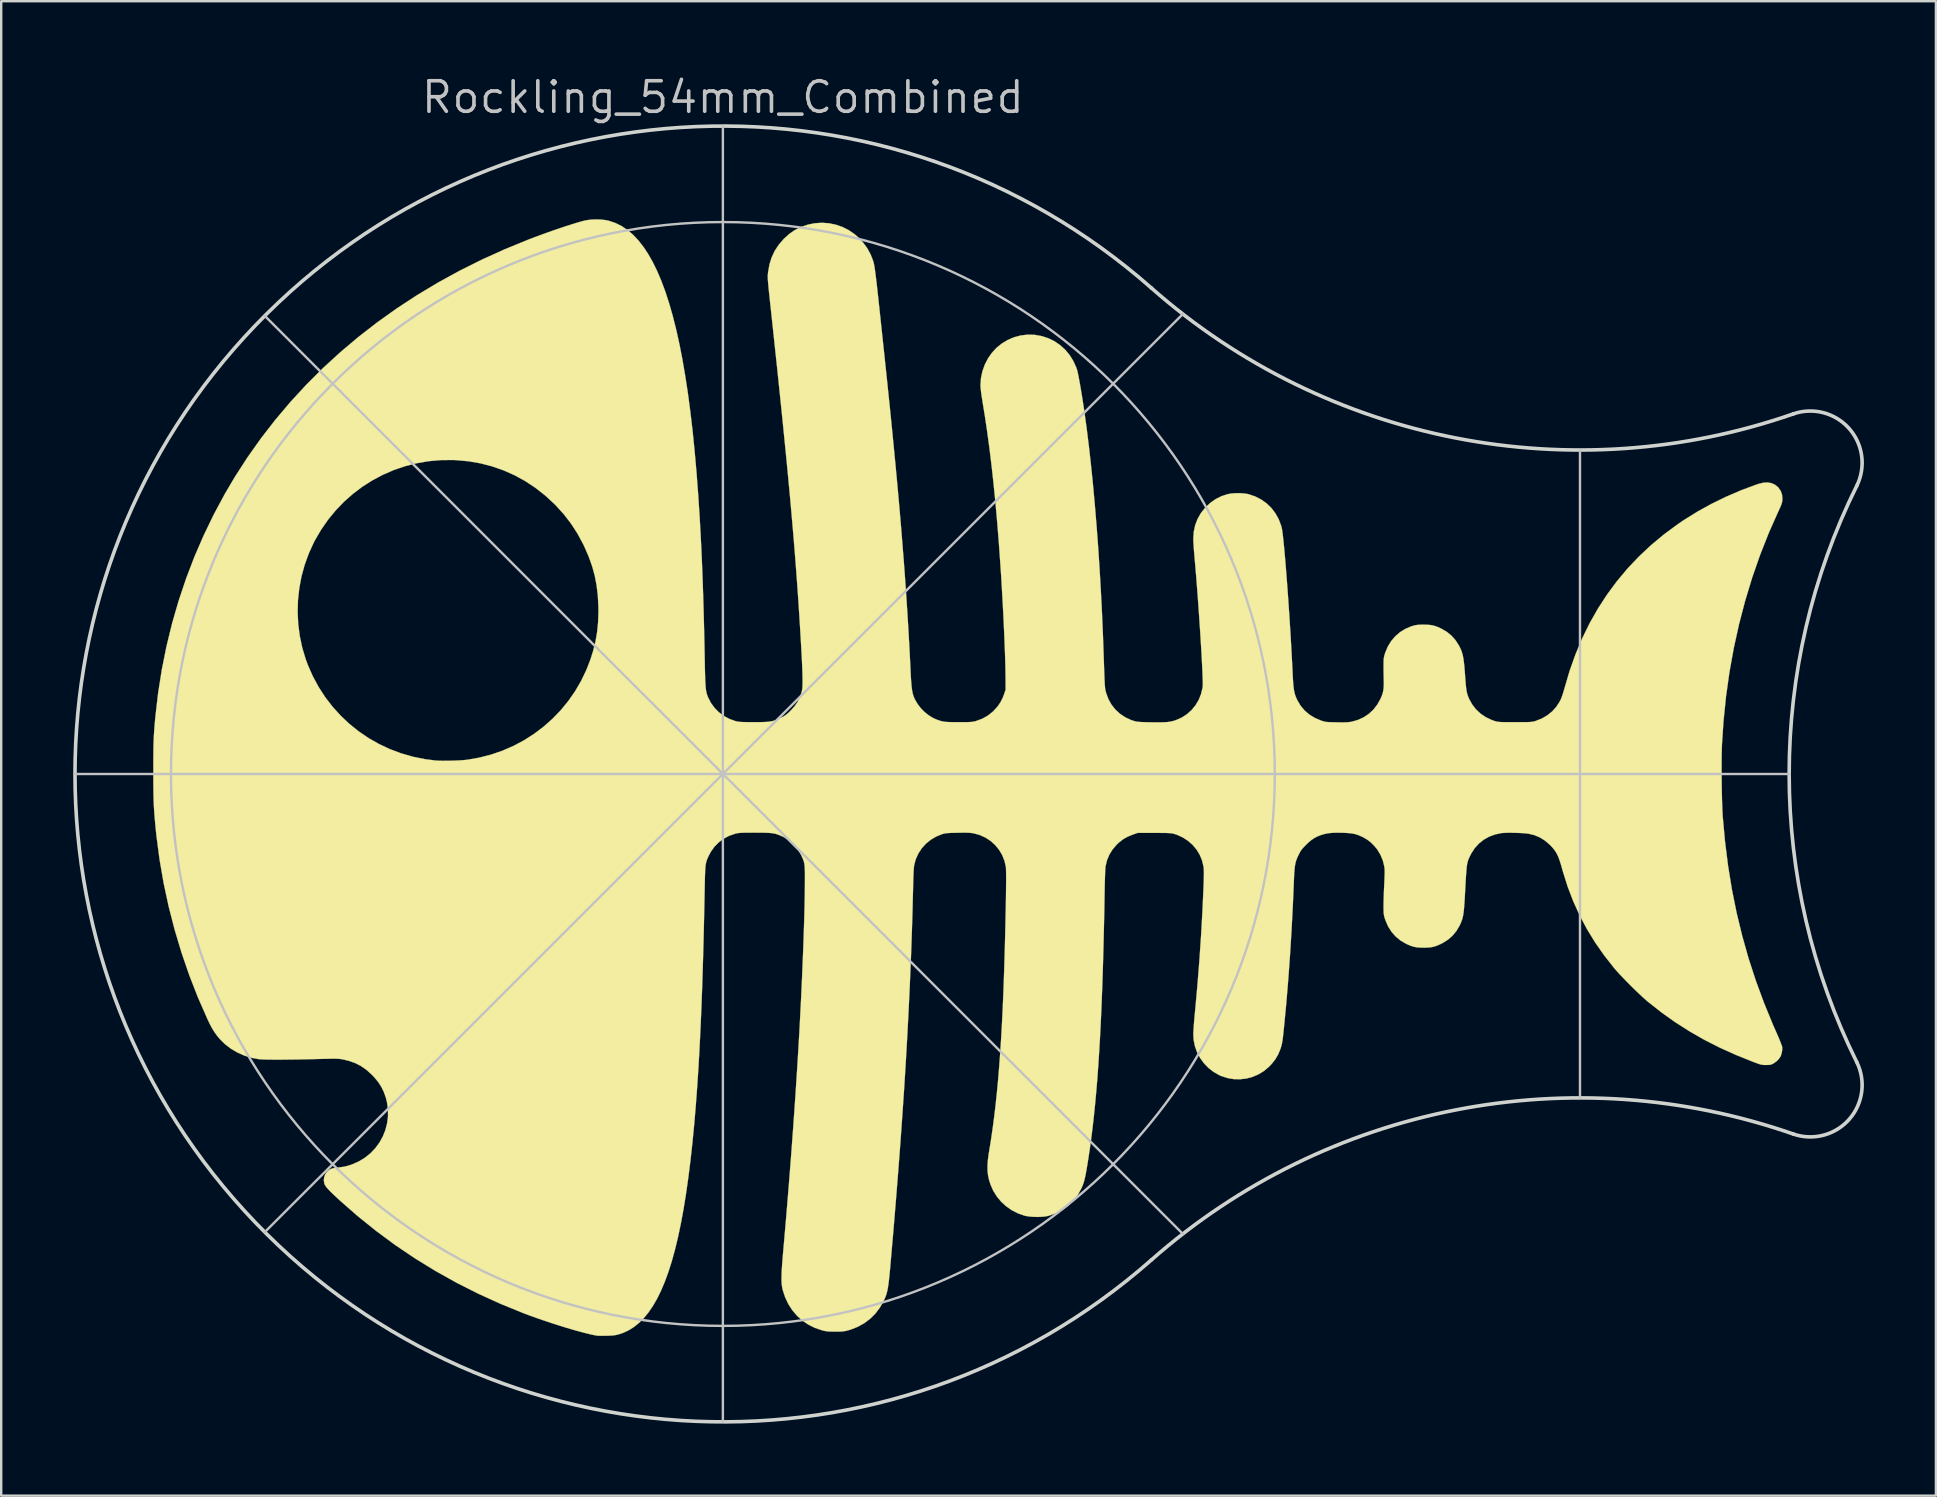
<source format=kicad_pcb>
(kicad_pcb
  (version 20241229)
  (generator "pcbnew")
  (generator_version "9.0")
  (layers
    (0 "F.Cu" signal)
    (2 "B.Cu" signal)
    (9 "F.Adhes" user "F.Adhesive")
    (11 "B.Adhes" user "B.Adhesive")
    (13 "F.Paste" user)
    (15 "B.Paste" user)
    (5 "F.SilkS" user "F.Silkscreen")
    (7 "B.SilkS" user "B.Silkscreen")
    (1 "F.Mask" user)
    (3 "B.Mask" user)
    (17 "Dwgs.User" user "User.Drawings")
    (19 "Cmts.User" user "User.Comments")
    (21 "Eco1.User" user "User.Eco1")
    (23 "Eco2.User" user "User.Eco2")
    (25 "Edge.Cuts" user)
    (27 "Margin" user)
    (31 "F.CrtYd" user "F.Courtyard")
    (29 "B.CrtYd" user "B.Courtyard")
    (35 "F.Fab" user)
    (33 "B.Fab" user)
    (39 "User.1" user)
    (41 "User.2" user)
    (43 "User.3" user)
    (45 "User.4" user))
  (footprint "Rockling_54mm_Combined"
    (layer "F.Cu")
    (at 27.073 29.206)
    (property "Reference" "Rockling_54mm_Combined" (at 0 -28.2 0) (layer "Dwgs.User") (effects (font (size 1.27 1.27) (thickness 0.15))))
    (attr through_hole)
    (fp_poly (pts (xy -5.08 -23.106) (xy -4.882 -23.083) (xy -4.757 -23.057) (xy -4.483 -22.966) (xy -4.223 -22.838) (xy -3.974 -22.673) (xy -3.736 -22.469) (xy -3.509 -22.226) (xy -3.29 -21.942) (xy -3.11 -21.669) (xy -2.918 -21.331) (xy -2.735 -20.956) (xy -2.56 -20.544) (xy -2.393 -20.094) (xy -2.235 -19.606) (xy -2.085 -19.081) (xy -1.943 -18.517) (xy -1.809 -17.914) (xy -1.684 -17.273) (xy -1.567 -16.592) (xy -1.457 -15.872) (xy -1.356 -15.112) (xy -1.262 -14.312) (xy -1.177 -13.471) (xy -1.099 -12.59) (xy -1.029 -11.667) (xy -0.966 -10.703) (xy -0.959 -10.575) (xy -0.926 -9.99) (xy -0.896 -9.391) (xy -0.869 -8.777) (xy -0.844 -8.141) (xy -0.821 -7.481) (xy -0.801 -6.793) (xy -0.782 -6.073) (xy -0.765 -5.317) (xy -0.756 -4.828) (xy -0.751 -4.553) (xy -0.746 -4.317) (xy -0.74 -4.115) (xy -0.735 -3.944) (xy -0.728 -3.801) (xy -0.721 -3.682) (xy -0.712 -3.582) (xy -0.702 -3.498) (xy -0.689 -3.427) (xy -0.675 -3.364) (xy -0.657 -3.307) (xy -0.637 -3.25) (xy -0.619 -3.203) (xy -0.502 -2.972) (xy -0.351 -2.762) (xy -0.17 -2.578) (xy 0.039 -2.422) (xy 0.272 -2.297) (xy 0.525 -2.206) (xy 0.545 -2.201) (xy 0.595 -2.189) (xy 0.649 -2.18) (xy 0.713 -2.173) (xy 0.792 -2.168) (xy 0.892 -2.165) (xy 1.019 -2.163) (xy 1.18 -2.162) (xy 1.286 -2.161) (xy 1.494 -2.162) (xy 1.666 -2.165) (xy 1.809 -2.171) (xy 1.928 -2.182) (xy 2.031 -2.198) (xy 2.124 -2.22) (xy 2.213 -2.25) (xy 2.304 -2.288) (xy 2.405 -2.336) (xy 2.425 -2.346) (xy 2.527 -2.399) (xy 2.608 -2.449) (xy 2.681 -2.504) (xy 2.759 -2.575) (xy 2.831 -2.646) (xy 2.993 -2.827) (xy 3.119 -3.008) (xy 3.213 -3.2) (xy 3.282 -3.41) (xy 3.3 -3.491) (xy 3.31 -3.546) (xy 3.317 -3.617) (xy 3.321 -3.707) (xy 3.323 -3.816) (xy 3.323 -3.946) (xy 3.32 -4.101) (xy 3.315 -4.281) (xy 3.307 -4.489) (xy 3.296 -4.727) (xy 3.282 -4.997) (xy 3.266 -5.3) (xy 3.246 -5.639) (xy 3.224 -6.016) (xy 3.198 -6.432) (xy 3.19 -6.564) (xy 3.16 -7.027) (xy 3.129 -7.492) (xy 3.095 -7.962) (xy 3.06 -8.438) (xy 3.023 -8.923) (xy 2.984 -9.418) (xy 2.942 -9.925) (xy 2.897 -10.447) (xy 2.85 -10.986) (xy 2.8 -11.543) (xy 2.746 -12.121) (xy 2.689 -12.721) (xy 2.628 -13.346) (xy 2.563 -13.997) (xy 2.495 -14.677) (xy 2.422 -15.388) (xy 2.345 -16.131) (xy 2.264 -16.909) (xy 2.177 -17.724) (xy 2.086 -18.578) (xy 2.027 -19.126) (xy 1.996 -19.418) (xy 1.968 -19.671) (xy 1.945 -19.889) (xy 1.925 -20.074) (xy 1.909 -20.23) (xy 1.897 -20.36) (xy 1.887 -20.468) (xy 1.88 -20.556) (xy 1.875 -20.627) (xy 1.873 -20.686) (xy 1.872 -20.735) (xy 1.873 -20.778) (xy 1.876 -20.817) (xy 1.88 -20.857) (xy 1.885 -20.899) (xy 1.888 -20.925) (xy 1.943 -21.239) (xy 2.035 -21.53) (xy 2.162 -21.801) (xy 2.328 -22.054) (xy 2.531 -22.291) (xy 2.564 -22.323) (xy 2.766 -22.505) (xy 2.973 -22.651) (xy 3.196 -22.77) (xy 3.259 -22.797) (xy 3.544 -22.895) (xy 3.836 -22.953) (xy 4.129 -22.972) (xy 4.421 -22.952) (xy 4.707 -22.893) (xy 4.983 -22.798) (xy 5.246 -22.665) (xy 5.49 -22.497) (xy 5.623 -22.382) (xy 5.836 -22.16) (xy 6.011 -21.924) (xy 6.15 -21.671) (xy 6.227 -21.484) (xy 6.24 -21.448) (xy 6.252 -21.415) (xy 6.263 -21.382) (xy 6.274 -21.348) (xy 6.284 -21.311) (xy 6.294 -21.268) (xy 6.304 -21.219) (xy 6.315 -21.161) (xy 6.326 -21.091) (xy 6.339 -21.009) (xy 6.352 -20.913) (xy 6.367 -20.799) (xy 6.383 -20.667) (xy 6.401 -20.515) (xy 6.421 -20.34) (xy 6.443 -20.141) (xy 6.468 -19.916) (xy 6.495 -19.662) (xy 6.526 -19.378) (xy 6.56 -19.063) (xy 6.597 -18.713) (xy 6.638 -18.328) (xy 6.683 -17.905) (xy 6.733 -17.442) (xy 6.746 -17.316) (xy 6.851 -16.318) (xy 6.951 -15.358) (xy 7.044 -14.435) (xy 7.131 -13.546) (xy 7.213 -12.689) (xy 7.29 -11.861) (xy 7.361 -11.059) (xy 7.428 -10.281) (xy 7.489 -9.524) (xy 7.547 -8.785) (xy 7.6 -8.063) (xy 7.649 -7.355) (xy 7.694 -6.657) (xy 7.736 -5.967) (xy 7.774 -5.284) (xy 7.809 -4.603) (xy 7.826 -4.245) (xy 7.838 -4.011) (xy 7.851 -3.814) (xy 7.866 -3.648) (xy 7.884 -3.507) (xy 7.906 -3.388) (xy 7.934 -3.283) (xy 7.969 -3.187) (xy 8.012 -3.096) (xy 8.065 -3.003) (xy 8.12 -2.914) (xy 8.247 -2.747) (xy 8.4 -2.591) (xy 8.571 -2.453) (xy 8.75 -2.341) (xy 8.891 -2.277) (xy 8.983 -2.243) (xy 9.062 -2.217) (xy 9.137 -2.197) (xy 9.214 -2.182) (xy 9.3 -2.172) (xy 9.401 -2.166) (xy 9.526 -2.163) (xy 9.68 -2.161) (xy 9.827 -2.161) (xy 9.998 -2.161) (xy 10.134 -2.162) (xy 10.239 -2.164) (xy 10.322 -2.168) (xy 10.387 -2.174) (xy 10.442 -2.182) (xy 10.493 -2.193) (xy 10.545 -2.207) (xy 10.555 -2.21) (xy 10.806 -2.302) (xy 11.031 -2.426) (xy 11.234 -2.584) (xy 11.289 -2.637) (xy 11.444 -2.808) (xy 11.566 -2.983) (xy 11.663 -3.175) (xy 11.718 -3.319) (xy 11.785 -3.516) (xy 11.781 -4.066) (xy 11.778 -4.291) (xy 11.772 -4.554) (xy 11.764 -4.85) (xy 11.753 -5.175) (xy 11.739 -5.525) (xy 11.724 -5.895) (xy 11.706 -6.281) (xy 11.687 -6.677) (xy 11.666 -7.081) (xy 11.643 -7.487) (xy 11.62 -7.891) (xy 11.596 -8.289) (xy 11.572 -8.649) (xy 11.508 -9.559) (xy 11.439 -10.43) (xy 11.365 -11.263) (xy 11.286 -12.061) (xy 11.202 -12.826) (xy 11.112 -13.561) (xy 11.017 -14.267) (xy 10.915 -14.947) (xy 10.831 -15.462) (xy 10.794 -15.693) (xy 10.766 -15.888) (xy 10.747 -16.047) (xy 10.738 -16.166) (xy 10.737 -16.205) (xy 10.758 -16.501) (xy 10.819 -16.791) (xy 10.92 -17.069) (xy 11.057 -17.332) (xy 11.211 -17.55) (xy 11.406 -17.762) (xy 11.628 -17.942) (xy 11.87 -18.088) (xy 12.129 -18.199) (xy 12.402 -18.273) (xy 12.683 -18.309) (xy 12.969 -18.304) (xy 13.009 -18.3) (xy 13.298 -18.248) (xy 13.572 -18.157) (xy 13.826 -18.031) (xy 14.06 -17.871) (xy 14.27 -17.68) (xy 14.453 -17.459) (xy 14.607 -17.211) (xy 14.73 -16.938) (xy 14.758 -16.858) (xy 14.776 -16.792) (xy 14.799 -16.688) (xy 14.827 -16.552) (xy 14.857 -16.388) (xy 14.891 -16.2) (xy 14.926 -15.993) (xy 14.963 -15.772) (xy 14.999 -15.542) (xy 15.036 -15.306) (xy 15.064 -15.115) (xy 15.161 -14.412) (xy 15.253 -13.67) (xy 15.34 -12.892) (xy 15.423 -12.082) (xy 15.5 -11.241) (xy 15.572 -10.374) (xy 15.639 -9.483) (xy 15.699 -8.571) (xy 15.753 -7.642) (xy 15.801 -6.698) (xy 15.842 -5.743) (xy 15.868 -4.997) (xy 15.878 -4.718) (xy 15.886 -4.477) (xy 15.893 -4.272) (xy 15.899 -4.099) (xy 15.905 -3.955) (xy 15.911 -3.836) (xy 15.916 -3.739) (xy 15.922 -3.66) (xy 15.928 -3.596) (xy 15.935 -3.544) (xy 15.942 -3.5) (xy 15.951 -3.461) (xy 15.96 -3.423) (xy 15.972 -3.383) (xy 15.977 -3.366) (xy 16.07 -3.116) (xy 16.199 -2.888) (xy 16.36 -2.685) (xy 16.55 -2.51) (xy 16.768 -2.365) (xy 17.01 -2.252) (xy 17.13 -2.212) (xy 17.181 -2.197) (xy 17.233 -2.186) (xy 17.29 -2.177) (xy 17.359 -2.171) (xy 17.446 -2.166) (xy 17.558 -2.162) (xy 17.7 -2.158) (xy 17.859 -2.156) (xy 18.071 -2.153) (xy 18.246 -2.154) (xy 18.391 -2.158) (xy 18.513 -2.165) (xy 18.618 -2.178) (xy 18.711 -2.195) (xy 18.8 -2.219) (xy 18.889 -2.248) (xy 18.897 -2.251) (xy 19.133 -2.357) (xy 19.347 -2.498) (xy 19.537 -2.669) (xy 19.699 -2.867) (xy 19.83 -3.087) (xy 19.927 -3.327) (xy 19.988 -3.582) (xy 19.998 -3.653) (xy 20.001 -3.715) (xy 20.001 -3.816) (xy 19.998 -3.954) (xy 19.992 -4.124) (xy 19.983 -4.325) (xy 19.972 -4.552) (xy 19.959 -4.804) (xy 19.944 -5.077) (xy 19.927 -5.367) (xy 19.908 -5.673) (xy 19.888 -5.991) (xy 19.866 -6.317) (xy 19.844 -6.65) (xy 19.82 -6.985) (xy 19.796 -7.321) (xy 19.771 -7.653) (xy 19.746 -7.979) (xy 19.721 -8.295) (xy 19.695 -8.6) (xy 19.67 -8.889) (xy 19.658 -9.027) (xy 19.644 -9.193) (xy 19.631 -9.356) (xy 19.62 -9.509) (xy 19.612 -9.643) (xy 19.607 -9.75) (xy 19.606 -9.814) (xy 19.626 -10.101) (xy 19.685 -10.373) (xy 19.784 -10.63) (xy 19.92 -10.87) (xy 20.095 -11.091) (xy 20.112 -11.109) (xy 20.318 -11.303) (xy 20.539 -11.458) (xy 20.779 -11.578) (xy 21.02 -11.658) (xy 21.166 -11.687) (xy 21.337 -11.702) (xy 21.52 -11.705) (xy 21.699 -11.695) (xy 21.86 -11.672) (xy 21.923 -11.657) (xy 22.195 -11.563) (xy 22.443 -11.435) (xy 22.667 -11.274) (xy 22.863 -11.083) (xy 23.029 -10.864) (xy 23.164 -10.62) (xy 23.265 -10.353) (xy 23.29 -10.261) (xy 23.305 -10.185) (xy 23.322 -10.068) (xy 23.341 -9.915) (xy 23.361 -9.728) (xy 23.383 -9.51) (xy 23.406 -9.263) (xy 23.43 -8.99) (xy 23.455 -8.694) (xy 23.48 -8.378) (xy 23.506 -8.044) (xy 23.532 -7.696) (xy 23.558 -7.335) (xy 23.583 -6.965) (xy 23.609 -6.588) (xy 23.633 -6.208) (xy 23.657 -5.826) (xy 23.679 -5.446) (xy 23.7 -5.071) (xy 23.72 -4.702) (xy 23.738 -4.344) (xy 23.743 -4.235) (xy 23.754 -4.015) (xy 23.766 -3.832) (xy 23.778 -3.679) (xy 23.793 -3.552) (xy 23.811 -3.444) (xy 23.833 -3.35) (xy 23.86 -3.264) (xy 23.893 -3.18) (xy 23.933 -3.093) (xy 23.943 -3.071) (xy 24.077 -2.846) (xy 24.243 -2.649) (xy 24.439 -2.48) (xy 24.665 -2.341) (xy 24.919 -2.232) (xy 24.925 -2.23) (xy 24.99 -2.208) (xy 25.046 -2.191) (xy 25.099 -2.179) (xy 25.158 -2.17) (xy 25.23 -2.164) (xy 25.323 -2.16) (xy 25.444 -2.157) (xy 25.579 -2.155) (xy 25.747 -2.152) (xy 25.88 -2.152) (xy 25.986 -2.155) (xy 26.073 -2.161) (xy 26.148 -2.17) (xy 26.213 -2.182) (xy 26.47 -2.255) (xy 26.707 -2.364) (xy 26.922 -2.508) (xy 27.111 -2.684) (xy 27.272 -2.892) (xy 27.404 -3.128) (xy 27.406 -3.131) (xy 27.462 -3.261) (xy 27.501 -3.378) (xy 27.527 -3.495) (xy 27.541 -3.623) (xy 27.545 -3.773) (xy 27.543 -3.897) (xy 27.54 -4.046) (xy 27.537 -4.217) (xy 27.535 -4.387) (xy 27.535 -4.532) (xy 27.536 -4.658) (xy 27.539 -4.753) (xy 27.545 -4.827) (xy 27.556 -4.892) (xy 27.573 -4.959) (xy 27.598 -5.037) (xy 27.602 -5.051) (xy 27.707 -5.303) (xy 27.845 -5.531) (xy 28.014 -5.732) (xy 28.21 -5.904) (xy 28.433 -6.044) (xy 28.678 -6.15) (xy 28.765 -6.177) (xy 28.85 -6.199) (xy 28.933 -6.213) (xy 29.027 -6.221) (xy 29.145 -6.224) (xy 29.205 -6.224) (xy 29.374 -6.22) (xy 29.516 -6.206) (xy 29.643 -6.179) (xy 29.771 -6.136) (xy 29.912 -6.073) (xy 29.946 -6.057) (xy 30.171 -5.925) (xy 30.367 -5.765) (xy 30.535 -5.575) (xy 30.678 -5.351) (xy 30.712 -5.286) (xy 30.755 -5.195) (xy 30.791 -5.102) (xy 30.821 -5.003) (xy 30.847 -4.892) (xy 30.869 -4.763) (xy 30.888 -4.61) (xy 30.906 -4.428) (xy 30.923 -4.212) (xy 30.93 -4.119) (xy 30.945 -3.914) (xy 30.959 -3.746) (xy 30.973 -3.607) (xy 30.989 -3.494) (xy 31.007 -3.398) (xy 31.029 -3.315) (xy 31.055 -3.238) (xy 31.086 -3.161) (xy 31.099 -3.132) (xy 31.227 -2.9) (xy 31.387 -2.694) (xy 31.578 -2.516) (xy 31.797 -2.368) (xy 32.041 -2.252) (xy 32.158 -2.211) (xy 32.203 -2.197) (xy 32.245 -2.186) (xy 32.29 -2.178) (xy 32.342 -2.172) (xy 32.407 -2.167) (xy 32.491 -2.164) (xy 32.599 -2.162) (xy 32.735 -2.161) (xy 32.906 -2.161) (xy 33.015 -2.161) (xy 33.206 -2.161) (xy 33.36 -2.162) (xy 33.483 -2.163) (xy 33.579 -2.165) (xy 33.654 -2.169) (xy 33.713 -2.174) (xy 33.761 -2.181) (xy 33.804 -2.191) (xy 33.847 -2.203) (xy 33.872 -2.211) (xy 34.125 -2.31) (xy 34.354 -2.443) (xy 34.557 -2.605) (xy 34.73 -2.796) (xy 34.871 -3.012) (xy 34.919 -3.107) (xy 34.952 -3.188) (xy 34.991 -3.297) (xy 35.031 -3.422) (xy 35.068 -3.55) (xy 35.079 -3.588) (xy 35.288 -4.299) (xy 35.532 -4.984) (xy 35.809 -5.644) (xy 36.12 -6.279) (xy 36.465 -6.888) (xy 36.843 -7.471) (xy 37.255 -8.029) (xy 37.699 -8.56) (xy 38.177 -9.065) (xy 38.688 -9.543) (xy 39.232 -9.995) (xy 39.808 -10.42) (xy 40.055 -10.587) (xy 40.606 -10.93) (xy 41.188 -11.252) (xy 41.793 -11.548) (xy 42.412 -11.815) (xy 43.037 -12.049) (xy 43.164 -12.092) (xy 43.358 -12.14) (xy 43.537 -12.15) (xy 43.7 -12.122) (xy 43.845 -12.057) (xy 43.971 -11.956) (xy 43.991 -11.933) (xy 44.084 -11.799) (xy 44.139 -11.651) (xy 44.155 -11.485) (xy 44.154 -11.443) (xy 44.149 -11.38) (xy 44.14 -11.324) (xy 44.125 -11.267) (xy 44.1 -11.198) (xy 44.063 -11.112) (xy 44.011 -10.998) (xy 43.991 -10.956) (xy 43.591 -10.056) (xy 43.227 -9.133) (xy 42.898 -8.19) (xy 42.606 -7.229) (xy 42.35 -6.251) (xy 42.131 -5.257) (xy 41.949 -4.25) (xy 41.806 -3.231) (xy 41.701 -2.203) (xy 41.638 -1.251) (xy 41.632 -1.074) (xy 41.627 -0.863) (xy 41.624 -0.625) (xy 41.622 -0.367) (xy 41.622 -0.094) (xy 41.624 0.187) (xy 41.627 0.468) (xy 41.632 0.745) (xy 41.637 1.01) (xy 41.645 1.256) (xy 41.653 1.479) (xy 41.662 1.669) (xy 41.67 1.786) (xy 41.765 2.821) (xy 41.892 3.831) (xy 42.053 4.82) (xy 42.249 5.789) (xy 42.48 6.743) (xy 42.746 7.684) (xy 43.049 8.615) (xy 43.389 9.538) (xy 43.767 10.458) (xy 43.91 10.782) (xy 43.972 10.923) (xy 44.028 11.055) (xy 44.076 11.174) (xy 44.114 11.272) (xy 44.138 11.343) (xy 44.147 11.376) (xy 44.149 11.484) (xy 44.131 11.607) (xy 44.097 11.725) (xy 44.074 11.777) (xy 44.008 11.874) (xy 43.914 11.968) (xy 43.805 12.048) (xy 43.767 12.07) (xy 43.709 12.098) (xy 43.654 12.115) (xy 43.589 12.123) (xy 43.499 12.125) (xy 43.471 12.125) (xy 43.402 12.125) (xy 43.344 12.121) (xy 43.289 12.113) (xy 43.227 12.098) (xy 43.152 12.074) (xy 43.055 12.039) (xy 42.928 11.991) (xy 42.91 11.984) (xy 42.204 11.7) (xy 41.532 11.396) (xy 40.891 11.07) (xy 40.279 10.719) (xy 39.69 10.343) (xy 39.122 9.939) (xy 38.571 9.505) (xy 38.539 9.479) (xy 38.422 9.378) (xy 38.284 9.252) (xy 38.13 9.107) (xy 37.967 8.95) (xy 37.801 8.786) (xy 37.638 8.621) (xy 37.484 8.461) (xy 37.344 8.313) (xy 37.226 8.182) (xy 37.15 8.094) (xy 36.729 7.558) (xy 36.349 7.014) (xy 36.008 6.457) (xy 35.705 5.886) (xy 35.438 5.299) (xy 35.206 4.692) (xy 35.008 4.063) (xy 34.981 3.967) (xy 34.923 3.763) (xy 34.869 3.595) (xy 34.817 3.454) (xy 34.761 3.335) (xy 34.7 3.229) (xy 34.63 3.132) (xy 34.546 3.034) (xy 34.475 2.96) (xy 34.274 2.784) (xy 34.055 2.646) (xy 33.82 2.546) (xy 33.569 2.486) (xy 33.468 2.474) (xy 33.337 2.464) (xy 33.187 2.456) (xy 33.026 2.451) (xy 32.865 2.448) (xy 32.713 2.448) (xy 32.581 2.452) (xy 32.478 2.458) (xy 32.451 2.461) (xy 32.184 2.517) (xy 31.936 2.609) (xy 31.711 2.735) (xy 31.511 2.895) (xy 31.337 3.085) (xy 31.193 3.305) (xy 31.152 3.385) (xy 31.122 3.447) (xy 31.096 3.501) (xy 31.073 3.553) (xy 31.054 3.604) (xy 31.038 3.659) (xy 31.023 3.722) (xy 31.011 3.795) (xy 30.999 3.882) (xy 30.989 3.988) (xy 30.979 4.115) (xy 30.968 4.267) (xy 30.957 4.447) (xy 30.945 4.66) (xy 30.932 4.909) (xy 30.919 5.141) (xy 30.906 5.364) (xy 30.892 5.549) (xy 30.877 5.704) (xy 30.86 5.835) (xy 30.839 5.947) (xy 30.813 6.047) (xy 30.781 6.14) (xy 30.743 6.232) (xy 30.708 6.306) (xy 30.575 6.534) (xy 30.414 6.732) (xy 30.223 6.9) (xy 30 7.041) (xy 29.946 7.069) (xy 29.8 7.136) (xy 29.671 7.183) (xy 29.545 7.214) (xy 29.407 7.23) (xy 29.245 7.236) (xy 29.205 7.236) (xy 29.035 7.232) (xy 28.894 7.218) (xy 28.766 7.191) (xy 28.639 7.148) (xy 28.498 7.085) (xy 28.464 7.069) (xy 28.234 6.933) (xy 28.033 6.766) (xy 27.862 6.569) (xy 27.721 6.344) (xy 27.612 6.092) (xy 27.602 6.062) (xy 27.577 5.984) (xy 27.559 5.918) (xy 27.547 5.856) (xy 27.54 5.786) (xy 27.536 5.699) (xy 27.534 5.585) (xy 27.534 5.522) (xy 27.535 5.405) (xy 27.538 5.256) (xy 27.543 5.085) (xy 27.549 4.904) (xy 27.557 4.722) (xy 27.563 4.6) (xy 27.572 4.413) (xy 27.578 4.262) (xy 27.581 4.142) (xy 27.582 4.046) (xy 27.579 3.969) (xy 27.573 3.905) (xy 27.567 3.86) (xy 27.503 3.599) (xy 27.401 3.356) (xy 27.263 3.132) (xy 27.137 2.982) (xy 27.007 2.853) (xy 26.877 2.75) (xy 26.731 2.661) (xy 26.664 2.626) (xy 26.544 2.57) (xy 26.433 2.527) (xy 26.32 2.496) (xy 26.196 2.474) (xy 26.052 2.459) (xy 25.879 2.45) (xy 25.814 2.448) (xy 25.604 2.445) (xy 25.428 2.449) (xy 25.277 2.462) (xy 25.142 2.483) (xy 25.015 2.515) (xy 24.917 2.546) (xy 24.77 2.605) (xy 24.641 2.673) (xy 24.518 2.758) (xy 24.391 2.866) (xy 24.303 2.951) (xy 24.212 3.043) (xy 24.145 3.119) (xy 24.092 3.189) (xy 24.047 3.264) (xy 24.001 3.353) (xy 23.952 3.456) (xy 23.913 3.551) (xy 23.881 3.644) (xy 23.857 3.741) (xy 23.838 3.85) (xy 23.824 3.978) (xy 23.812 4.13) (xy 23.803 4.314) (xy 23.798 4.45) (xy 23.753 5.494) (xy 23.699 6.529) (xy 23.636 7.549) (xy 23.564 8.547) (xy 23.484 9.517) (xy 23.395 10.452) (xy 23.383 10.571) (xy 23.363 10.761) (xy 23.346 10.916) (xy 23.331 11.042) (xy 23.316 11.144) (xy 23.3 11.229) (xy 23.283 11.303) (xy 23.264 11.373) (xy 23.241 11.444) (xy 23.237 11.457) (xy 23.144 11.683) (xy 23.024 11.888) (xy 22.872 12.082) (xy 22.758 12.2) (xy 22.551 12.375) (xy 22.322 12.515) (xy 22.077 12.62) (xy 21.821 12.689) (xy 21.557 12.72) (xy 21.292 12.714) (xy 21.028 12.67) (xy 20.772 12.586) (xy 20.687 12.549) (xy 20.449 12.413) (xy 20.235 12.246) (xy 20.047 12.051) (xy 19.89 11.833) (xy 19.764 11.596) (xy 19.673 11.343) (xy 19.62 11.079) (xy 19.606 10.856) (xy 19.608 10.783) (xy 19.614 10.674) (xy 19.623 10.536) (xy 19.635 10.377) (xy 19.65 10.203) (xy 19.666 10.02) (xy 19.679 9.89) (xy 19.774 8.841) (xy 19.859 7.775) (xy 19.931 6.706) (xy 19.99 5.649) (xy 20.032 4.702) (xy 20.039 4.499) (xy 20.044 4.333) (xy 20.047 4.198) (xy 20.047 4.09) (xy 20.044 4.002) (xy 20.04 3.93) (xy 20.033 3.868) (xy 20.031 3.855) (xy 19.972 3.604) (xy 19.875 3.369) (xy 19.744 3.151) (xy 19.581 2.956) (xy 19.389 2.786) (xy 19.172 2.645) (xy 18.933 2.535) (xy 18.8 2.492) (xy 18.757 2.481) (xy 18.711 2.472) (xy 18.655 2.466) (xy 18.586 2.461) (xy 18.497 2.457) (xy 18.383 2.455) (xy 18.24 2.454) (xy 18.062 2.453) (xy 17.976 2.453) (xy 17.288 2.453) (xy 17.087 2.523) (xy 16.873 2.61) (xy 16.688 2.714) (xy 16.518 2.845) (xy 16.418 2.938) (xy 16.243 3.141) (xy 16.106 3.361) (xy 16.008 3.597) (xy 15.949 3.846) (xy 15.947 3.861) (xy 15.942 3.92) (xy 15.936 4.015) (xy 15.93 4.139) (xy 15.925 4.288) (xy 15.92 4.455) (xy 15.915 4.633) (xy 15.912 4.782) (xy 15.897 5.679) (xy 15.878 6.537) (xy 15.858 7.355) (xy 15.836 8.136) (xy 15.811 8.881) (xy 15.783 9.592) (xy 15.754 10.271) (xy 15.721 10.92) (xy 15.685 11.539) (xy 15.647 12.131) (xy 15.606 12.698) (xy 15.561 13.24) (xy 15.513 13.76) (xy 15.462 14.26) (xy 15.408 14.74) (xy 15.35 15.203) (xy 15.288 15.651) (xy 15.222 16.084) (xy 15.19 16.286) (xy 15.155 16.492) (xy 15.124 16.663) (xy 15.095 16.805) (xy 15.067 16.925) (xy 15.037 17.028) (xy 15.004 17.121) (xy 14.967 17.212) (xy 14.937 17.277) (xy 14.791 17.539) (xy 14.616 17.771) (xy 14.41 17.974) (xy 14.175 18.145) (xy 13.912 18.286) (xy 13.621 18.395) (xy 13.552 18.416) (xy 13.435 18.438) (xy 13.289 18.452) (xy 13.126 18.458) (xy 12.957 18.454) (xy 12.795 18.442) (xy 12.652 18.422) (xy 12.578 18.406) (xy 12.301 18.31) (xy 12.043 18.178) (xy 11.807 18.014) (xy 11.596 17.821) (xy 11.415 17.602) (xy 11.265 17.359) (xy 11.15 17.096) (xy 11.149 17.092) (xy 11.09 16.901) (xy 11.051 16.713) (xy 11.031 16.519) (xy 11.029 16.313) (xy 11.045 16.087) (xy 11.079 15.832) (xy 11.093 15.746) (xy 11.168 15.29) (xy 11.237 14.82) (xy 11.302 14.335) (xy 11.362 13.831) (xy 11.418 13.306) (xy 11.47 12.76) (xy 11.517 12.188) (xy 11.561 11.59) (xy 11.601 10.963) (xy 11.637 10.304) (xy 11.67 9.612) (xy 11.7 8.885) (xy 11.726 8.12) (xy 11.75 7.316) (xy 11.753 7.216) (xy 11.764 6.767) (xy 11.774 6.345) (xy 11.783 5.951) (xy 11.791 5.586) (xy 11.797 5.252) (xy 11.801 4.95) (xy 11.804 4.681) (xy 11.806 4.448) (xy 11.806 4.25) (xy 11.804 4.09) (xy 11.801 3.97) (xy 11.797 3.889) (xy 11.794 3.865) (xy 11.735 3.61) (xy 11.639 3.372) (xy 11.508 3.154) (xy 11.347 2.958) (xy 11.159 2.789) (xy 10.945 2.649) (xy 10.711 2.543) (xy 10.467 2.474) (xy 10.4 2.462) (xy 10.329 2.454) (xy 10.247 2.448) (xy 10.147 2.445) (xy 10.021 2.445) (xy 9.864 2.446) (xy 9.789 2.448) (xy 9.626 2.451) (xy 9.499 2.454) (xy 9.4 2.459) (xy 9.324 2.465) (xy 9.263 2.473) (xy 9.21 2.484) (xy 9.16 2.498) (xy 9.139 2.505) (xy 8.888 2.607) (xy 8.661 2.742) (xy 8.46 2.906) (xy 8.289 3.096) (xy 8.149 3.309) (xy 8.043 3.543) (xy 7.978 3.776) (xy 7.965 3.865) (xy 7.954 3.996) (xy 7.945 4.168) (xy 7.937 4.381) (xy 7.933 4.538) (xy 7.908 5.566) (xy 7.877 6.598) (xy 7.84 7.638) (xy 7.796 8.687) (xy 7.747 9.748) (xy 7.691 10.826) (xy 7.629 11.922) (xy 7.56 13.039) (xy 7.483 14.181) (xy 7.4 15.35) (xy 7.309 16.549) (xy 7.211 17.781) (xy 7.106 19.05) (xy 7 20.267) (xy 6.976 20.541) (xy 6.954 20.776) (xy 6.934 20.977) (xy 6.915 21.148) (xy 6.896 21.294) (xy 6.877 21.418) (xy 6.856 21.524) (xy 6.834 21.617) (xy 6.809 21.701) (xy 6.781 21.779) (xy 6.749 21.857) (xy 6.711 21.937) (xy 6.695 21.971) (xy 6.538 22.245) (xy 6.352 22.49) (xy 6.137 22.703) (xy 5.895 22.885) (xy 5.627 23.034) (xy 5.334 23.15) (xy 5.2 23.189) (xy 5.119 23.208) (xy 5.045 23.222) (xy 4.966 23.231) (xy 4.872 23.236) (xy 4.752 23.237) (xy 4.673 23.237) (xy 4.535 23.235) (xy 4.428 23.232) (xy 4.342 23.224) (xy 4.265 23.213) (xy 4.185 23.195) (xy 4.13 23.181) (xy 3.837 23.081) (xy 3.564 22.946) (xy 3.315 22.777) (xy 3.092 22.577) (xy 2.897 22.348) (xy 2.732 22.093) (xy 2.598 21.812) (xy 2.5 21.514) (xy 2.48 21.428) (xy 2.464 21.338) (xy 2.453 21.241) (xy 2.447 21.131) (xy 2.445 21.005) (xy 2.448 20.859) (xy 2.455 20.69) (xy 2.468 20.492) (xy 2.485 20.263) (xy 2.507 19.998) (xy 2.522 19.831) (xy 2.635 18.528) (xy 2.742 17.228) (xy 2.843 15.939) (xy 2.937 14.666) (xy 3.024 13.417) (xy 3.103 12.197) (xy 3.169 11.1) (xy 3.199 10.565) (xy 3.227 10.025) (xy 3.255 9.483) (xy 3.28 8.943) (xy 3.304 8.409) (xy 3.326 7.885) (xy 3.347 7.374) (xy 3.365 6.88) (xy 3.38 6.407) (xy 3.394 5.958) (xy 3.405 5.537) (xy 3.413 5.148) (xy 3.418 4.795) (xy 3.42 4.549) (xy 3.421 4.337) (xy 3.421 4.161) (xy 3.418 4.017) (xy 3.413 3.899) (xy 3.405 3.801) (xy 3.392 3.718) (xy 3.375 3.644) (xy 3.352 3.574) (xy 3.322 3.503) (xy 3.286 3.424) (xy 3.268 3.385) (xy 3.134 3.153) (xy 2.969 2.95) (xy 2.775 2.777) (xy 2.554 2.635) (xy 2.376 2.553) (xy 2.298 2.524) (xy 2.225 2.5) (xy 2.151 2.481) (xy 2.069 2.467) (xy 1.975 2.457) (xy 1.863 2.45) (xy 1.726 2.446) (xy 1.559 2.444) (xy 1.356 2.443) (xy 1.337 2.443) (xy 1.15 2.443) (xy 0.999 2.444) (xy 0.879 2.446) (xy 0.784 2.449) (xy 0.709 2.454) (xy 0.648 2.46) (xy 0.594 2.469) (xy 0.543 2.48) (xy 0.522 2.485) (xy 0.268 2.572) (xy 0.035 2.693) (xy -0.173 2.849) (xy -0.355 3.035) (xy -0.508 3.252) (xy -0.597 3.423) (xy -0.629 3.492) (xy -0.655 3.555) (xy -0.677 3.616) (xy -0.694 3.679) (xy -0.709 3.749) (xy -0.721 3.829) (xy -0.73 3.926) (xy -0.737 4.042) (xy -0.743 4.183) (xy -0.748 4.352) (xy -0.752 4.554) (xy -0.757 4.794) (xy -0.758 4.824) (xy -0.776 5.72) (xy -0.795 6.577) (xy -0.816 7.395) (xy -0.839 8.176) (xy -0.863 8.924) (xy -0.89 9.639) (xy -0.918 10.324) (xy -0.949 10.98) (xy -0.981 11.61) (xy -1.016 12.216) (xy -1.053 12.8) (xy -1.093 13.364) (xy -1.135 13.909) (xy -1.179 14.438) (xy -1.191 14.571) (xy -1.268 15.368) (xy -1.351 16.123) (xy -1.441 16.837) (xy -1.537 17.512) (xy -1.64 18.146) (xy -1.751 18.742) (xy -1.868 19.299) (xy -1.993 19.818) (xy -2.126 20.3) (xy -2.267 20.744) (xy -2.416 21.153) (xy -2.573 21.526) (xy -2.739 21.863) (xy -2.914 22.166) (xy -3.097 22.435) (xy -3.29 22.671) (xy -3.492 22.873) (xy -3.704 23.044) (xy -3.925 23.182) (xy -4.156 23.289) (xy -4.366 23.358) (xy -4.457 23.378) (xy -4.554 23.393) (xy -4.67 23.403) (xy -4.814 23.408) (xy -4.852 23.409) (xy -4.969 23.41) (xy -5.076 23.41) (xy -5.163 23.409) (xy -5.221 23.407) (xy -5.233 23.405) (xy -5.383 23.379) (xy -5.568 23.338) (xy -5.782 23.284) (xy -6.021 23.22) (xy -6.281 23.147) (xy -6.556 23.065) (xy -6.841 22.976) (xy -7.132 22.883) (xy -7.424 22.786) (xy -7.713 22.687) (xy -7.992 22.587) (xy -8.258 22.488) (xy -8.313 22.467) (xy -9.268 22.077) (xy -10.197 21.654) (xy -11.1 21.198) (xy -11.977 20.708) (xy -12.828 20.185) (xy -13.653 19.629) (xy -14.452 19.038) (xy -15.226 18.415) (xy -15.933 17.795) (xy -16.101 17.641) (xy -16.239 17.511) (xy -16.35 17.403) (xy -16.438 17.312) (xy -16.505 17.237) (xy -16.553 17.174) (xy -16.586 17.12) (xy -16.606 17.072) (xy -16.61 17.061) (xy -16.629 16.921) (xy -16.61 16.784) (xy -16.556 16.657) (xy -16.471 16.55) (xy -16.394 16.49) (xy -16.341 16.461) (xy -16.283 16.44) (xy -16.209 16.423) (xy -16.109 16.408) (xy -16.056 16.401) (xy -15.909 16.383) (xy -15.79 16.364) (xy -15.689 16.343) (xy -15.591 16.315) (xy -15.484 16.279) (xy -15.445 16.265) (xy -15.165 16.142) (xy -14.911 15.986) (xy -14.682 15.801) (xy -14.481 15.59) (xy -14.31 15.357) (xy -14.17 15.105) (xy -14.063 14.837) (xy -13.991 14.557) (xy -13.954 14.267) (xy -13.956 13.971) (xy -13.997 13.673) (xy -14.041 13.497) (xy -14.125 13.255) (xy -14.233 13.034) (xy -14.369 12.826) (xy -14.54 12.622) (xy -14.641 12.518) (xy -14.855 12.326) (xy -15.074 12.172) (xy -15.306 12.052) (xy -15.56 11.96) (xy -15.798 11.901) (xy -15.852 11.891) (xy -15.901 11.882) (xy -15.949 11.875) (xy -16 11.87) (xy -16.06 11.866) (xy -16.131 11.864) (xy -16.22 11.863) (xy -16.329 11.864) (xy -16.464 11.867) (xy -16.629 11.87) (xy -16.828 11.875) (xy -17.034 11.88) (xy -17.42 11.889) (xy -17.777 11.896) (xy -18.103 11.9) (xy -18.397 11.903) (xy -18.656 11.903) (xy -18.88 11.902) (xy -19.067 11.898) (xy -19.215 11.892) (xy -19.323 11.884) (xy -19.342 11.882) (xy -19.649 11.825) (xy -19.948 11.731) (xy -20.234 11.603) (xy -20.502 11.445) (xy -20.746 11.258) (xy -20.961 11.047) (xy -21.075 10.908) (xy -21.159 10.793) (xy -21.232 10.683) (xy -21.3 10.569) (xy -21.369 10.439) (xy -21.444 10.284) (xy -21.481 10.205) (xy -21.877 9.303) (xy -22.237 8.379) (xy -22.56 7.438) (xy -22.847 6.482) (xy -23.095 5.515) (xy -23.305 4.54) (xy -23.474 3.56) (xy -23.603 2.579) (xy -23.626 2.358) (xy -23.648 2.132) (xy -23.667 1.929) (xy -23.683 1.742) (xy -23.696 1.567) (xy -23.707 1.397) (xy -23.716 1.226) (xy -23.722 1.048) (xy -23.727 0.857) (xy -23.73 0.648) (xy -23.732 0.413) (xy -23.733 0.148) (xy -23.733 -0.14) (xy -23.733 -0.426) (xy -23.732 -0.676) (xy -23.73 -0.895) (xy -23.728 -1.088) (xy -23.724 -1.263) (xy -23.718 -1.425) (xy -23.711 -1.578) (xy -23.702 -1.731) (xy -23.691 -1.887) (xy -23.678 -2.052) (xy -23.662 -2.234) (xy -23.647 -2.394) (xy -23.533 -3.379) (xy -23.379 -4.355) (xy -23.185 -5.321) (xy -22.952 -6.275) (xy -22.815 -6.748) (xy -17.72 -6.748) (xy -17.695 -6.25) (xy -17.631 -5.755) (xy -17.528 -5.267) (xy -17.385 -4.789) (xy -17.294 -4.543) (xy -17.086 -4.071) (xy -16.843 -3.623) (xy -16.568 -3.199) (xy -16.261 -2.802) (xy -15.926 -2.432) (xy -15.564 -2.09) (xy -15.177 -1.779) (xy -14.765 -1.499) (xy -14.333 -1.253) (xy -13.88 -1.04) (xy -13.409 -0.863) (xy -12.922 -0.722) (xy -12.42 -0.62) (xy -11.986 -0.564) (xy -11.856 -0.556) (xy -11.695 -0.552) (xy -11.513 -0.551) (xy -11.32 -0.554) (xy -11.127 -0.56) (xy -10.944 -0.569) (xy -10.781 -0.581) (xy -10.655 -0.594) (xy -10.148 -0.683) (xy -9.655 -0.81) (xy -9.178 -0.974) (xy -8.719 -1.175) (xy -8.279 -1.409) (xy -7.861 -1.677) (xy -7.466 -1.976) (xy -7.096 -2.305) (xy -6.752 -2.662) (xy -6.438 -3.046) (xy -6.153 -3.456) (xy -5.901 -3.89) (xy -5.683 -4.346) (xy -5.517 -4.775) (xy -5.395 -5.165) (xy -5.302 -5.548) (xy -5.237 -5.933) (xy -5.198 -6.33) (xy -5.184 -6.749) (xy -5.186 -6.973) (xy -5.209 -7.424) (xy -5.259 -7.848) (xy -5.336 -8.255) (xy -5.445 -8.654) (xy -5.586 -9.051) (xy -5.762 -9.457) (xy -5.826 -9.591) (xy -6.059 -10.022) (xy -6.32 -10.426) (xy -6.613 -10.809) (xy -6.943 -11.175) (xy -7.02 -11.254) (xy -7.402 -11.607) (xy -7.806 -11.924) (xy -8.23 -12.205) (xy -8.673 -12.448) (xy -9.133 -12.653) (xy -9.608 -12.819) (xy -10.099 -12.947) (xy -10.602 -13.034) (xy -11.117 -13.081) (xy -11.245 -13.087) (xy -11.757 -13.082) (xy -12.262 -13.037) (xy -12.758 -12.952) (xy -13.241 -12.829) (xy -13.711 -12.669) (xy -14.165 -12.472) (xy -14.601 -12.241) (xy -15.018 -11.976) (xy -15.413 -11.678) (xy -15.785 -11.349) (xy -16.132 -10.989) (xy -16.45 -10.601) (xy -16.74 -10.184) (xy -16.998 -9.741) (xy -17.048 -9.644) (xy -17.257 -9.187) (xy -17.427 -8.716) (xy -17.559 -8.234) (xy -17.651 -7.743) (xy -17.705 -7.247) (xy -17.72 -6.748) (xy -22.815 -6.748) (xy -22.68 -7.216) (xy -22.369 -8.143) (xy -22.021 -9.054) (xy -21.634 -9.947) (xy -21.211 -10.822) (xy -20.751 -11.677) (xy -20.34 -12.374) (xy -19.811 -13.194) (xy -19.247 -13.99) (xy -18.65 -14.76) (xy -18.02 -15.505) (xy -17.358 -16.223) (xy -16.664 -16.916) (xy -15.938 -17.581) (xy -15.182 -18.218) (xy -14.396 -18.828) (xy -13.58 -19.409) (xy -12.736 -19.961) (xy -11.863 -20.484) (xy -10.962 -20.977) (xy -10.034 -21.44) (xy -9.079 -21.872) (xy -8.099 -22.273) (xy -8.081 -22.28) (xy -7.83 -22.375) (xy -7.573 -22.471) (xy -7.313 -22.565) (xy -7.055 -22.656) (xy -6.803 -22.742) (xy -6.563 -22.822) (xy -6.339 -22.894) (xy -6.136 -22.957) (xy -5.958 -23.01) (xy -5.81 -23.05) (xy -5.696 -23.076) (xy -5.692 -23.077) (xy -5.499 -23.103) (xy -5.29 -23.112) (xy -5.08 -23.106)) (stroke (width 0.01) (type solid)) (fill yes) (layer "F.SilkS"))
    (fp_line (start 0.002 26.998) (end 0.002 -27.002) (stroke (width 0.1) (type solid)) (layer "Dwgs.User"))
    (fp_line (start 19.17 -19.17) (end -19.09 19.09) (stroke (width 0.1) (type solid)) (layer "Dwgs.User"))
    (fp_line (start 19.17 19.165) (end -19.09 -19.094) (stroke (width 0.1) (type solid)) (layer "Dwgs.User"))
    (fp_line (start 35.72 -13.502) (end 35.72 13.498) (stroke (width 0.1) (type solid)) (layer "Dwgs.User"))
    (fp_line (start 44.438 -0.002) (end -26.998 -0.002) (stroke (width 0.1) (type solid)) (layer "Dwgs.User"))
    (fp_circle (center 0.002 -0.002) (end 23.002 -0.002) (stroke (width 0.1) (type solid)) (fill no) (layer "Dwgs.User"))
    (fp_arc (start 17.861127 20.247692) (mid -26.997692 -0.002305) (end 17.861126 -20.252305) (stroke (width 0.15) (type solid)) (layer "Edge.Cuts"))
    (fp_arc (start 17.861127 20.247694) (mid 30.523796 14.002412) (end 44.607364 15.002326) (stroke (width 0.15) (type solid)) (layer "Edge.Cuts"))
    (fp_arc (start 44.607363 -15.006935) (mid 46.938356 -14.396012) (end 47.253115 -12.006936) (stroke (width 0.15) (type solid)) (layer "Edge.Cuts"))
    (fp_arc (start 44.607364 -15.006937) (mid 30.523795 -14.007023) (end 17.861126 -20.252305) (stroke (width 0.15) (type solid)) (layer "Edge.Cuts"))
    (fp_arc (start 47.253115 12.002325) (mid 46.938357 14.391402) (end 44.607364 15.002326) (stroke (width 0.15) (type solid)) (layer "Edge.Cuts"))
    (fp_arc (start 47.253116 12.002326) (mid 44.437591 -0.002305) (end 47.253115 -12.006936) (stroke (width 0.15) (type solid)) (layer "Edge.Cuts")))
  (gr_rect
    (start -3 -3)
    (end 77.626 59.279)
    (stroke (width 0.1) (type default))
    (fill no)
    (layer "Edge.Cuts")))
</source>
